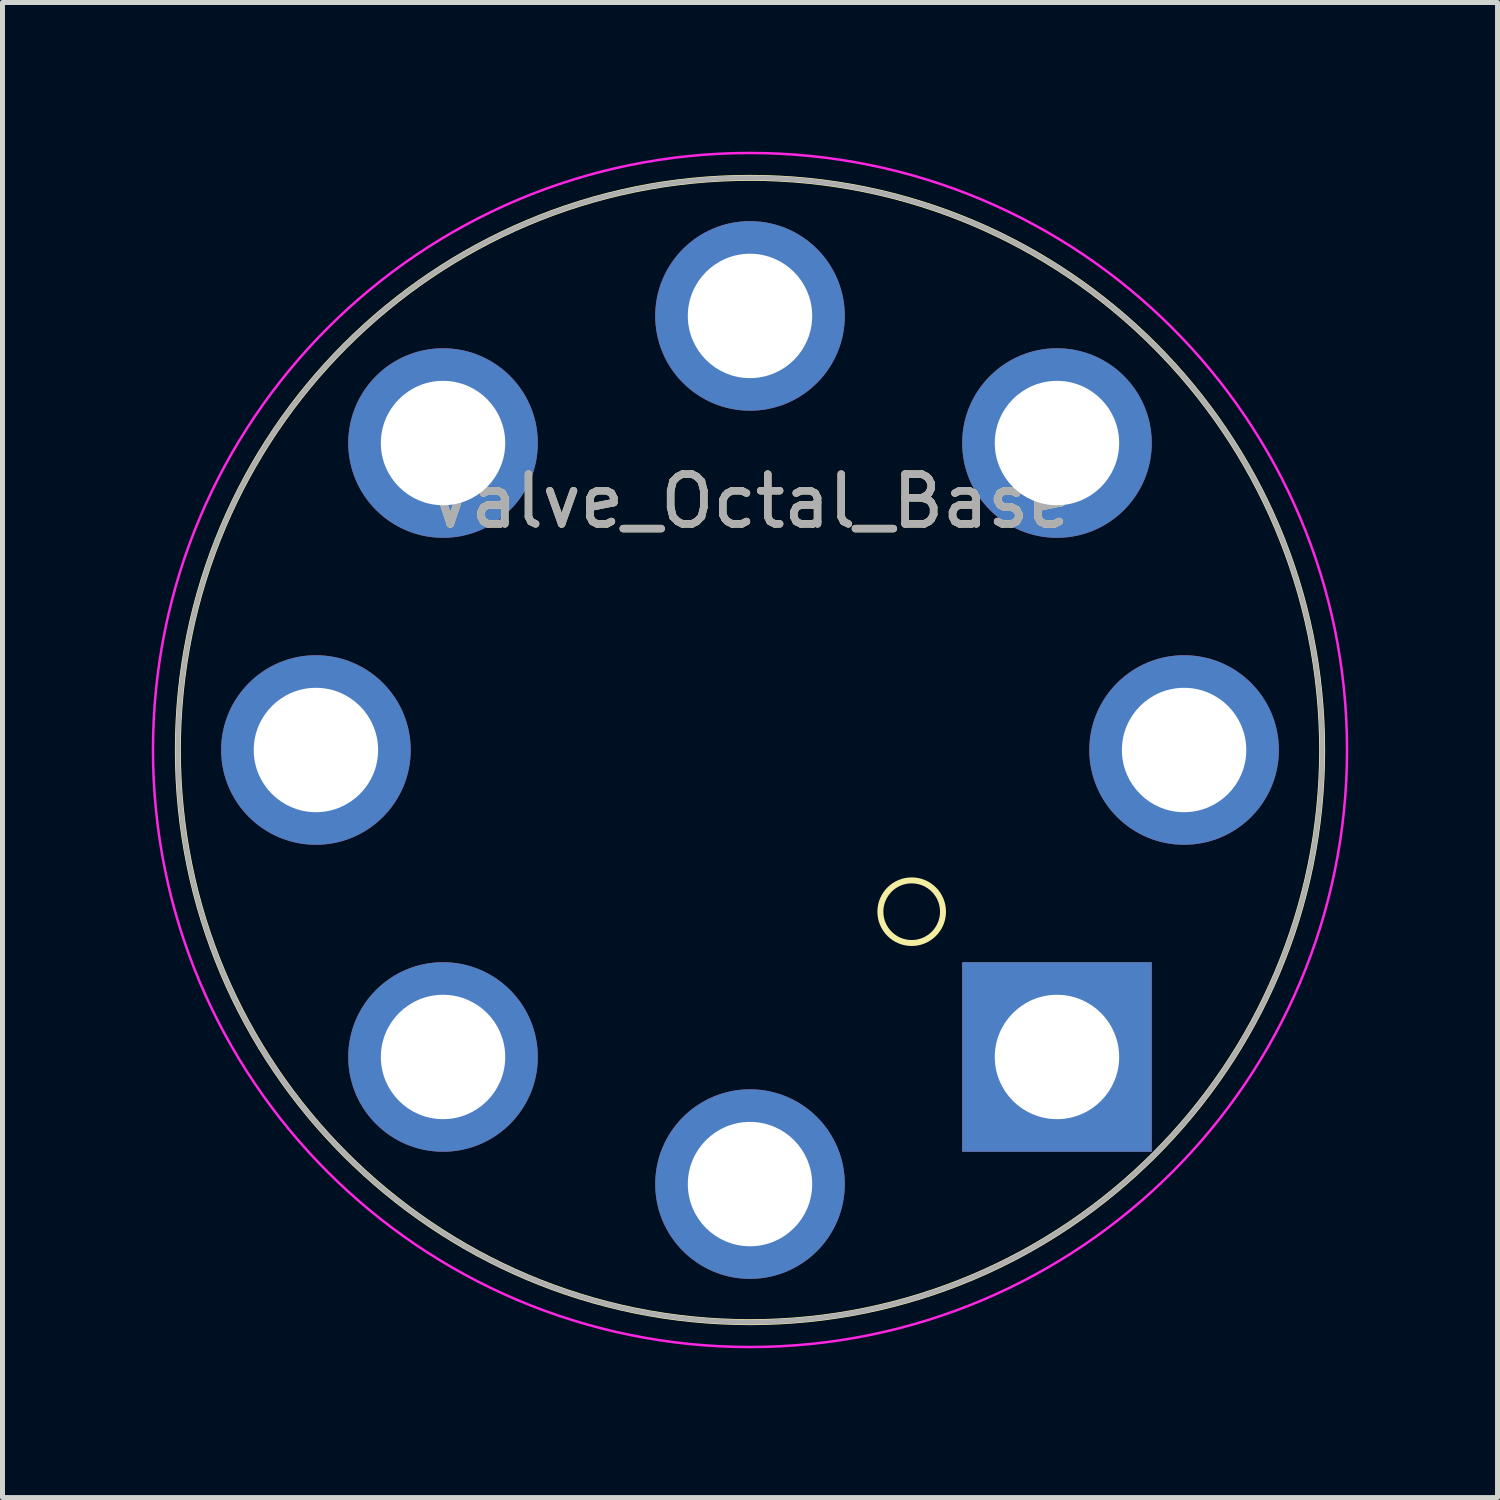
<source format=kicad_pcb>
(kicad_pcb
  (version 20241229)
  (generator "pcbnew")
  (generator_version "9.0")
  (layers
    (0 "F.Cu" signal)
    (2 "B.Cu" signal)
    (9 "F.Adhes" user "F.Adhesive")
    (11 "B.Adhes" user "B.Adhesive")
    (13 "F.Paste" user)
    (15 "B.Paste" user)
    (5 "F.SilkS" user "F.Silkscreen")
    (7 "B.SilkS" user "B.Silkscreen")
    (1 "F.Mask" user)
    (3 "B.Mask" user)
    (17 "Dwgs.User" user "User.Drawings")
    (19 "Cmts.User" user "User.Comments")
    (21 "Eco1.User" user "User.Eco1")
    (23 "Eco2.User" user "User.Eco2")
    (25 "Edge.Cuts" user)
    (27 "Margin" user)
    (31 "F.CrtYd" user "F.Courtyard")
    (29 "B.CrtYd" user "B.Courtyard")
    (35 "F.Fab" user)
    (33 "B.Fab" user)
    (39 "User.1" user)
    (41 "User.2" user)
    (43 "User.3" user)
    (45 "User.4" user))
  (footprint "Valve_Octal_Base"
    (layer "F.Cu")
    (at 18.195 18.195)
    (property "Reference" "Valve_Octal_Base" (at -6.17 -11.17 0) (layer "F.SilkS") (effects (font (size 1 1) (thickness 0.15))))
    (attr through_hole)
    (fp_circle (center -6.17 -6.17) (end 5.33 -6.17) (stroke (width 0.12) (type solid)) (fill no) (layer "F.SilkS"))
    (fp_circle (center -2.92 -2.92) (end -2.48 -2.47) (stroke (width 0.12) (type solid)) (fill no) (layer "F.SilkS"))
    (fp_circle (center -6.17 -6.17) (end 5.83 -6.17) (stroke (width 0.05) (type solid)) (fill no) (layer "F.CrtYd"))
    (fp_circle (center -6.17 -6.17) (end 5.33 -6.17) (stroke (width 0.1) (type solid)) (fill no) (layer "F.Fab"))
    (fp_text user "${REFERENCE}" (at -6.17 -11.17 0) (layer "F.Fab") (effects (font (size 1 1) (thickness 0.15))))
    (pad "1" thru_hole rect (at 0 0) (size 3.81 3.81) (drill 2.5) (layers "*.Cu" "*.Mask"))
    (pad "2" thru_hole circle (at 2.555 -6.17) (size 3.81 3.81) (drill 2.5) (layers "*.Cu" "*.Mask"))
    (pad "3" thru_hole circle (at 0 -12.34) (size 3.81 3.81) (drill 2.5) (layers "*.Cu" "*.Mask"))
    (pad "4" thru_hole circle (at -6.17 -14.895) (size 3.81 3.81) (drill 2.5) (layers "*.Cu" "*.Mask"))
    (pad "5" thru_hole circle (at -12.34 -12.34) (size 3.81 3.81) (drill 2.5) (layers "*.Cu" "*.Mask"))
    (pad "6" thru_hole circle (at -14.895 -6.17) (size 3.81 3.81) (drill 2.5) (layers "*.Cu" "*.Mask"))
    (pad "7" thru_hole circle (at -12.34 0) (size 3.81 3.81) (drill 2.5) (layers "*.Cu" "*.Mask"))
    (pad "8" thru_hole circle (at -6.17 2.555) (size 3.81 3.81) (drill 2.5) (layers "*.Cu" "*.Mask")))
  (gr_rect
    (start -3 -3)
    (end 27.05 27.05)
    (stroke (width 0.1) (type default))
    (fill no)
    (layer "Edge.Cuts")))
</source>
